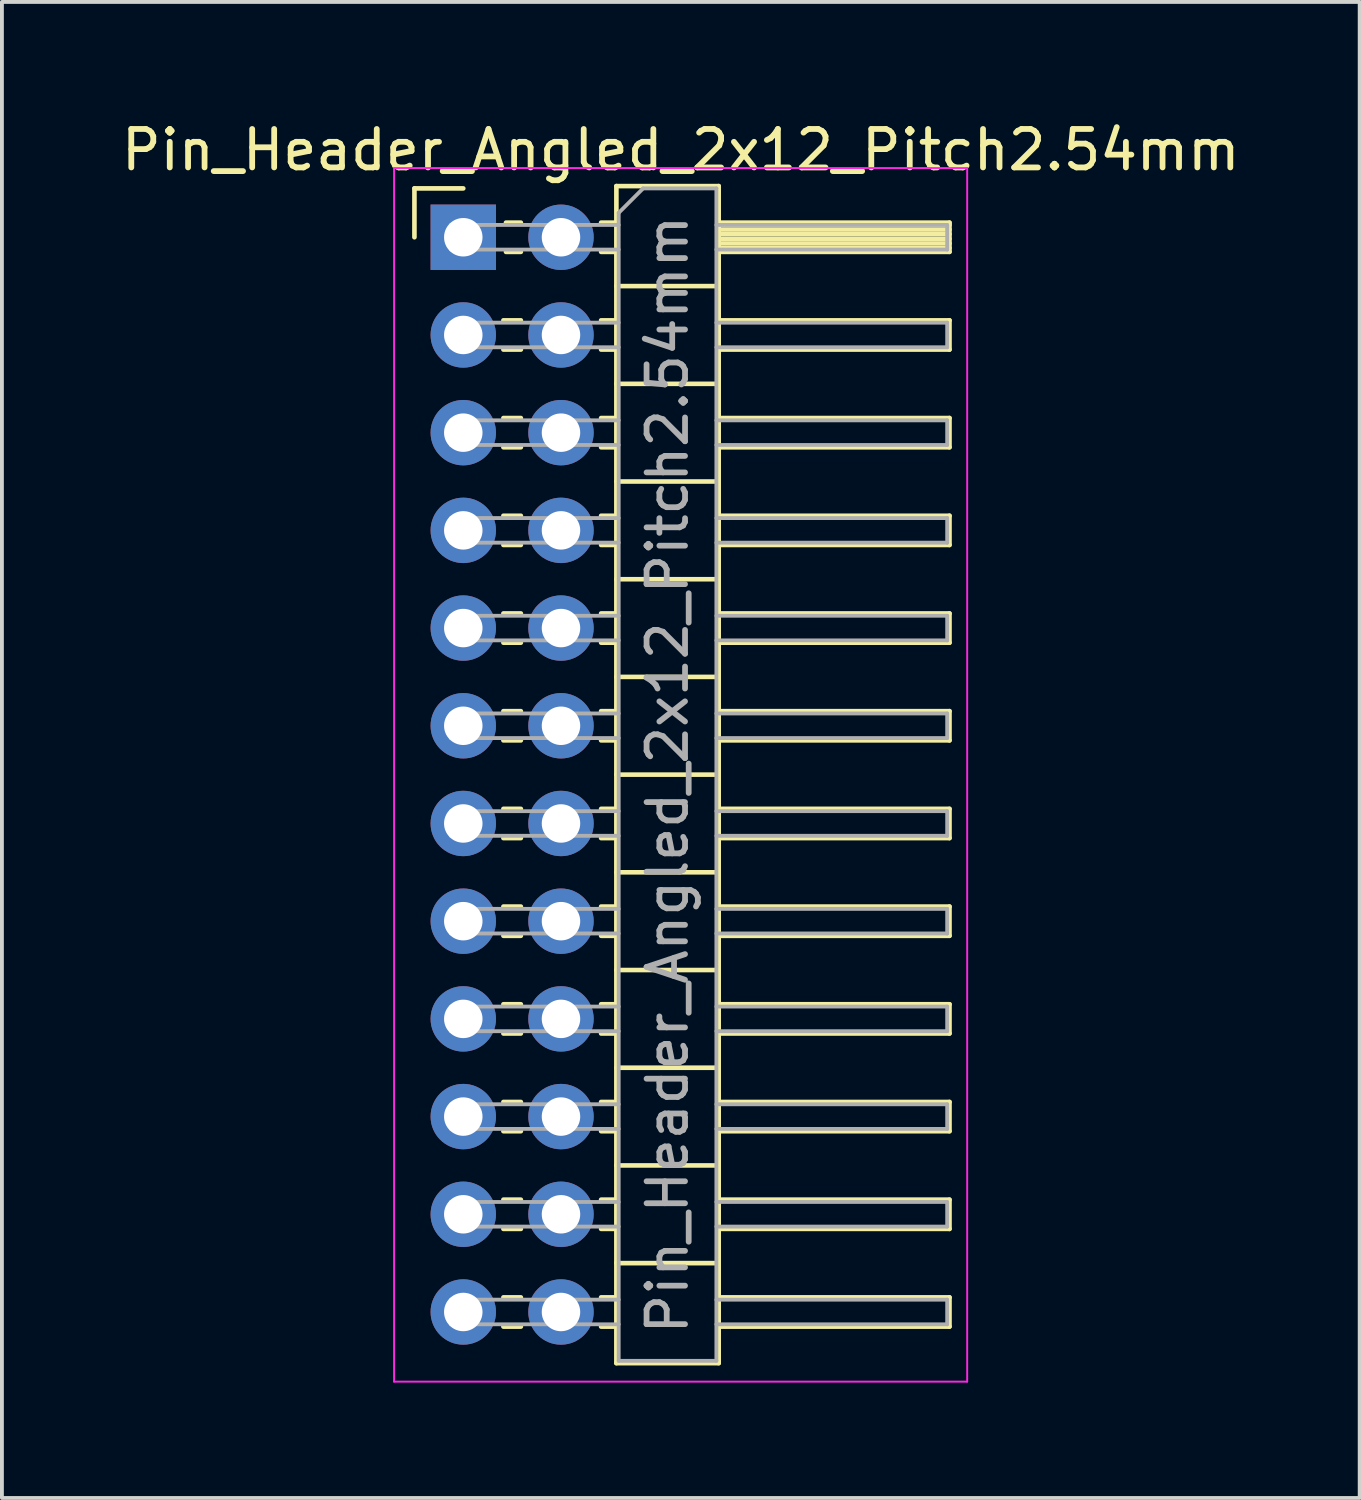
<source format=kicad_pcb>
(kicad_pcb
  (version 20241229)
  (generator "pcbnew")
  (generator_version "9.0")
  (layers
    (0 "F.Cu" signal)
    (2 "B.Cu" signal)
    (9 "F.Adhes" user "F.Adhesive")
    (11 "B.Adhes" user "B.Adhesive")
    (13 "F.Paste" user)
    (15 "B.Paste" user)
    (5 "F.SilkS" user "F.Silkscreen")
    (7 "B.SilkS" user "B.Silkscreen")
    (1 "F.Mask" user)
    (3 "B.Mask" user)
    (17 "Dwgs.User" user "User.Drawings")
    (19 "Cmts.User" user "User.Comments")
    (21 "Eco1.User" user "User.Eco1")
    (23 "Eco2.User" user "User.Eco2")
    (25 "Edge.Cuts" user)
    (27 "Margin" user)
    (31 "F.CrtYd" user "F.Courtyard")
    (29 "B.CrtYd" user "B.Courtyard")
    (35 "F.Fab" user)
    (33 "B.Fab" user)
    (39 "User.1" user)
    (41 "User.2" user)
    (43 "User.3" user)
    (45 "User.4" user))
  (footprint "Pin_Header_Angled_2x12_Pitch2.54mm"
    (layer "F.Cu")
    (at 8.994 3.118)
    (property "Reference" "Pin_Header_Angled_2x12_Pitch2.54mm" (at 5.655 -2.27 0) (layer "F.SilkS") (effects (font (size 1 1) (thickness 0.15))))
    (attr through_hole)
    (fp_line (start -1.27 -1.27) (end 0 -1.27) (stroke (width 0.12) (type solid)) (layer "F.SilkS"))
    (fp_line (start -1.27 0) (end -1.27 -1.27) (stroke (width 0.12) (type solid)) (layer "F.SilkS"))
    (fp_line (start 1.043 2.16) (end 1.497 2.16) (stroke (width 0.12) (type solid)) (layer "F.SilkS"))
    (fp_line (start 1.043 2.92) (end 1.497 2.92) (stroke (width 0.12) (type solid)) (layer "F.SilkS"))
    (fp_line (start 1.043 4.7) (end 1.497 4.7) (stroke (width 0.12) (type solid)) (layer "F.SilkS"))
    (fp_line (start 1.043 5.46) (end 1.497 5.46) (stroke (width 0.12) (type solid)) (layer "F.SilkS"))
    (fp_line (start 1.043 7.24) (end 1.497 7.24) (stroke (width 0.12) (type solid)) (layer "F.SilkS"))
    (fp_line (start 1.043 8) (end 1.497 8) (stroke (width 0.12) (type solid)) (layer "F.SilkS"))
    (fp_line (start 1.043 9.78) (end 1.497 9.78) (stroke (width 0.12) (type solid)) (layer "F.SilkS"))
    (fp_line (start 1.043 10.54) (end 1.497 10.54) (stroke (width 0.12) (type solid)) (layer "F.SilkS"))
    (fp_line (start 1.043 12.32) (end 1.497 12.32) (stroke (width 0.12) (type solid)) (layer "F.SilkS"))
    (fp_line (start 1.043 13.08) (end 1.497 13.08) (stroke (width 0.12) (type solid)) (layer "F.SilkS"))
    (fp_line (start 1.043 14.86) (end 1.497 14.86) (stroke (width 0.12) (type solid)) (layer "F.SilkS"))
    (fp_line (start 1.043 15.62) (end 1.497 15.62) (stroke (width 0.12) (type solid)) (layer "F.SilkS"))
    (fp_line (start 1.043 17.4) (end 1.497 17.4) (stroke (width 0.12) (type solid)) (layer "F.SilkS"))
    (fp_line (start 1.043 18.16) (end 1.497 18.16) (stroke (width 0.12) (type solid)) (layer "F.SilkS"))
    (fp_line (start 1.043 19.94) (end 1.497 19.94) (stroke (width 0.12) (type solid)) (layer "F.SilkS"))
    (fp_line (start 1.043 20.7) (end 1.497 20.7) (stroke (width 0.12) (type solid)) (layer "F.SilkS"))
    (fp_line (start 1.043 22.48) (end 1.497 22.48) (stroke (width 0.12) (type solid)) (layer "F.SilkS"))
    (fp_line (start 1.043 23.24) (end 1.497 23.24) (stroke (width 0.12) (type solid)) (layer "F.SilkS"))
    (fp_line (start 1.043 25.02) (end 1.497 25.02) (stroke (width 0.12) (type solid)) (layer "F.SilkS"))
    (fp_line (start 1.043 25.78) (end 1.497 25.78) (stroke (width 0.12) (type solid)) (layer "F.SilkS"))
    (fp_line (start 1.043 27.56) (end 1.497 27.56) (stroke (width 0.12) (type solid)) (layer "F.SilkS"))
    (fp_line (start 1.043 28.32) (end 1.497 28.32) (stroke (width 0.12) (type solid)) (layer "F.SilkS"))
    (fp_line (start 1.11 -0.38) (end 1.497 -0.38) (stroke (width 0.12) (type solid)) (layer "F.SilkS"))
    (fp_line (start 1.11 0.38) (end 1.497 0.38) (stroke (width 0.12) (type solid)) (layer "F.SilkS"))
    (fp_line (start 3.583 -0.38) (end 3.98 -0.38) (stroke (width 0.12) (type solid)) (layer "F.SilkS"))
    (fp_line (start 3.583 0.38) (end 3.98 0.38) (stroke (width 0.12) (type solid)) (layer "F.SilkS"))
    (fp_line (start 3.583 2.16) (end 3.98 2.16) (stroke (width 0.12) (type solid)) (layer "F.SilkS"))
    (fp_line (start 3.583 2.92) (end 3.98 2.92) (stroke (width 0.12) (type solid)) (layer "F.SilkS"))
    (fp_line (start 3.583 4.7) (end 3.98 4.7) (stroke (width 0.12) (type solid)) (layer "F.SilkS"))
    (fp_line (start 3.583 5.46) (end 3.98 5.46) (stroke (width 0.12) (type solid)) (layer "F.SilkS"))
    (fp_line (start 3.583 7.24) (end 3.98 7.24) (stroke (width 0.12) (type solid)) (layer "F.SilkS"))
    (fp_line (start 3.583 8) (end 3.98 8) (stroke (width 0.12) (type solid)) (layer "F.SilkS"))
    (fp_line (start 3.583 9.78) (end 3.98 9.78) (stroke (width 0.12) (type solid)) (layer "F.SilkS"))
    (fp_line (start 3.583 10.54) (end 3.98 10.54) (stroke (width 0.12) (type solid)) (layer "F.SilkS"))
    (fp_line (start 3.583 12.32) (end 3.98 12.32) (stroke (width 0.12) (type solid)) (layer "F.SilkS"))
    (fp_line (start 3.583 13.08) (end 3.98 13.08) (stroke (width 0.12) (type solid)) (layer "F.SilkS"))
    (fp_line (start 3.583 14.86) (end 3.98 14.86) (stroke (width 0.12) (type solid)) (layer "F.SilkS"))
    (fp_line (start 3.583 15.62) (end 3.98 15.62) (stroke (width 0.12) (type solid)) (layer "F.SilkS"))
    (fp_line (start 3.583 17.4) (end 3.98 17.4) (stroke (width 0.12) (type solid)) (layer "F.SilkS"))
    (fp_line (start 3.583 18.16) (end 3.98 18.16) (stroke (width 0.12) (type solid)) (layer "F.SilkS"))
    (fp_line (start 3.583 19.94) (end 3.98 19.94) (stroke (width 0.12) (type solid)) (layer "F.SilkS"))
    (fp_line (start 3.583 20.7) (end 3.98 20.7) (stroke (width 0.12) (type solid)) (layer "F.SilkS"))
    (fp_line (start 3.583 22.48) (end 3.98 22.48) (stroke (width 0.12) (type solid)) (layer "F.SilkS"))
    (fp_line (start 3.583 23.24) (end 3.98 23.24) (stroke (width 0.12) (type solid)) (layer "F.SilkS"))
    (fp_line (start 3.583 25.02) (end 3.98 25.02) (stroke (width 0.12) (type solid)) (layer "F.SilkS"))
    (fp_line (start 3.583 25.78) (end 3.98 25.78) (stroke (width 0.12) (type solid)) (layer "F.SilkS"))
    (fp_line (start 3.583 27.56) (end 3.98 27.56) (stroke (width 0.12) (type solid)) (layer "F.SilkS"))
    (fp_line (start 3.583 28.32) (end 3.98 28.32) (stroke (width 0.12) (type solid)) (layer "F.SilkS"))
    (fp_line (start 3.98 -1.33) (end 3.98 29.27) (stroke (width 0.12) (type solid)) (layer "F.SilkS"))
    (fp_line (start 3.98 1.27) (end 6.64 1.27) (stroke (width 0.12) (type solid)) (layer "F.SilkS"))
    (fp_line (start 3.98 3.81) (end 6.64 3.81) (stroke (width 0.12) (type solid)) (layer "F.SilkS"))
    (fp_line (start 3.98 6.35) (end 6.64 6.35) (stroke (width 0.12) (type solid)) (layer "F.SilkS"))
    (fp_line (start 3.98 8.89) (end 6.64 8.89) (stroke (width 0.12) (type solid)) (layer "F.SilkS"))
    (fp_line (start 3.98 11.43) (end 6.64 11.43) (stroke (width 0.12) (type solid)) (layer "F.SilkS"))
    (fp_line (start 3.98 13.97) (end 6.64 13.97) (stroke (width 0.12) (type solid)) (layer "F.SilkS"))
    (fp_line (start 3.98 16.51) (end 6.64 16.51) (stroke (width 0.12) (type solid)) (layer "F.SilkS"))
    (fp_line (start 3.98 19.05) (end 6.64 19.05) (stroke (width 0.12) (type solid)) (layer "F.SilkS"))
    (fp_line (start 3.98 21.59) (end 6.64 21.59) (stroke (width 0.12) (type solid)) (layer "F.SilkS"))
    (fp_line (start 3.98 24.13) (end 6.64 24.13) (stroke (width 0.12) (type solid)) (layer "F.SilkS"))
    (fp_line (start 3.98 26.67) (end 6.64 26.67) (stroke (width 0.12) (type solid)) (layer "F.SilkS"))
    (fp_line (start 3.98 29.27) (end 6.64 29.27) (stroke (width 0.12) (type solid)) (layer "F.SilkS"))
    (fp_line (start 6.64 -1.33) (end 3.98 -1.33) (stroke (width 0.12) (type solid)) (layer "F.SilkS"))
    (fp_line (start 6.64 -0.38) (end 12.64 -0.38) (stroke (width 0.12) (type solid)) (layer "F.SilkS"))
    (fp_line (start 6.64 -0.32) (end 12.64 -0.32) (stroke (width 0.12) (type solid)) (layer "F.SilkS"))
    (fp_line (start 6.64 -0.2) (end 12.64 -0.2) (stroke (width 0.12) (type solid)) (layer "F.SilkS"))
    (fp_line (start 6.64 -0.08) (end 12.64 -0.08) (stroke (width 0.12) (type solid)) (layer "F.SilkS"))
    (fp_line (start 6.64 0.04) (end 12.64 0.04) (stroke (width 0.12) (type solid)) (layer "F.SilkS"))
    (fp_line (start 6.64 0.16) (end 12.64 0.16) (stroke (width 0.12) (type solid)) (layer "F.SilkS"))
    (fp_line (start 6.64 0.28) (end 12.64 0.28) (stroke (width 0.12) (type solid)) (layer "F.SilkS"))
    (fp_line (start 6.64 2.16) (end 12.64 2.16) (stroke (width 0.12) (type solid)) (layer "F.SilkS"))
    (fp_line (start 6.64 4.7) (end 12.64 4.7) (stroke (width 0.12) (type solid)) (layer "F.SilkS"))
    (fp_line (start 6.64 7.24) (end 12.64 7.24) (stroke (width 0.12) (type solid)) (layer "F.SilkS"))
    (fp_line (start 6.64 9.78) (end 12.64 9.78) (stroke (width 0.12) (type solid)) (layer "F.SilkS"))
    (fp_line (start 6.64 12.32) (end 12.64 12.32) (stroke (width 0.12) (type solid)) (layer "F.SilkS"))
    (fp_line (start 6.64 14.86) (end 12.64 14.86) (stroke (width 0.12) (type solid)) (layer "F.SilkS"))
    (fp_line (start 6.64 17.4) (end 12.64 17.4) (stroke (width 0.12) (type solid)) (layer "F.SilkS"))
    (fp_line (start 6.64 19.94) (end 12.64 19.94) (stroke (width 0.12) (type solid)) (layer "F.SilkS"))
    (fp_line (start 6.64 22.48) (end 12.64 22.48) (stroke (width 0.12) (type solid)) (layer "F.SilkS"))
    (fp_line (start 6.64 25.02) (end 12.64 25.02) (stroke (width 0.12) (type solid)) (layer "F.SilkS"))
    (fp_line (start 6.64 27.56) (end 12.64 27.56) (stroke (width 0.12) (type solid)) (layer "F.SilkS"))
    (fp_line (start 6.64 29.27) (end 6.64 -1.33) (stroke (width 0.12) (type solid)) (layer "F.SilkS"))
    (fp_line (start 12.64 -0.38) (end 12.64 0.38) (stroke (width 0.12) (type solid)) (layer "F.SilkS"))
    (fp_line (start 12.64 0.38) (end 6.64 0.38) (stroke (width 0.12) (type solid)) (layer "F.SilkS"))
    (fp_line (start 12.64 2.16) (end 12.64 2.92) (stroke (width 0.12) (type solid)) (layer "F.SilkS"))
    (fp_line (start 12.64 2.92) (end 6.64 2.92) (stroke (width 0.12) (type solid)) (layer "F.SilkS"))
    (fp_line (start 12.64 4.7) (end 12.64 5.46) (stroke (width 0.12) (type solid)) (layer "F.SilkS"))
    (fp_line (start 12.64 5.46) (end 6.64 5.46) (stroke (width 0.12) (type solid)) (layer "F.SilkS"))
    (fp_line (start 12.64 7.24) (end 12.64 8) (stroke (width 0.12) (type solid)) (layer "F.SilkS"))
    (fp_line (start 12.64 8) (end 6.64 8) (stroke (width 0.12) (type solid)) (layer "F.SilkS"))
    (fp_line (start 12.64 9.78) (end 12.64 10.54) (stroke (width 0.12) (type solid)) (layer "F.SilkS"))
    (fp_line (start 12.64 10.54) (end 6.64 10.54) (stroke (width 0.12) (type solid)) (layer "F.SilkS"))
    (fp_line (start 12.64 12.32) (end 12.64 13.08) (stroke (width 0.12) (type solid)) (layer "F.SilkS"))
    (fp_line (start 12.64 13.08) (end 6.64 13.08) (stroke (width 0.12) (type solid)) (layer "F.SilkS"))
    (fp_line (start 12.64 14.86) (end 12.64 15.62) (stroke (width 0.12) (type solid)) (layer "F.SilkS"))
    (fp_line (start 12.64 15.62) (end 6.64 15.62) (stroke (width 0.12) (type solid)) (layer "F.SilkS"))
    (fp_line (start 12.64 17.4) (end 12.64 18.16) (stroke (width 0.12) (type solid)) (layer "F.SilkS"))
    (fp_line (start 12.64 18.16) (end 6.64 18.16) (stroke (width 0.12) (type solid)) (layer "F.SilkS"))
    (fp_line (start 12.64 19.94) (end 12.64 20.7) (stroke (width 0.12) (type solid)) (layer "F.SilkS"))
    (fp_line (start 12.64 20.7) (end 6.64 20.7) (stroke (width 0.12) (type solid)) (layer "F.SilkS"))
    (fp_line (start 12.64 22.48) (end 12.64 23.24) (stroke (width 0.12) (type solid)) (layer "F.SilkS"))
    (fp_line (start 12.64 23.24) (end 6.64 23.24) (stroke (width 0.12) (type solid)) (layer "F.SilkS"))
    (fp_line (start 12.64 25.02) (end 12.64 25.78) (stroke (width 0.12) (type solid)) (layer "F.SilkS"))
    (fp_line (start 12.64 25.78) (end 6.64 25.78) (stroke (width 0.12) (type solid)) (layer "F.SilkS"))
    (fp_line (start 12.64 27.56) (end 12.64 28.32) (stroke (width 0.12) (type solid)) (layer "F.SilkS"))
    (fp_line (start 12.64 28.32) (end 6.64 28.32) (stroke (width 0.12) (type solid)) (layer "F.SilkS"))
    (fp_line (start -1.8 -1.8) (end -1.8 29.75) (stroke (width 0.05) (type solid)) (layer "F.CrtYd"))
    (fp_line (start -1.8 29.75) (end 13.1 29.75) (stroke (width 0.05) (type solid)) (layer "F.CrtYd"))
    (fp_line (start 13.1 -1.8) (end -1.8 -1.8) (stroke (width 0.05) (type solid)) (layer "F.CrtYd"))
    (fp_line (start 13.1 29.75) (end 13.1 -1.8) (stroke (width 0.05) (type solid)) (layer "F.CrtYd"))
    (fp_line (start -0.32 -0.32) (end -0.32 0.32) (stroke (width 0.1) (type solid)) (layer "F.Fab"))
    (fp_line (start -0.32 -0.32) (end 4.04 -0.32) (stroke (width 0.1) (type solid)) (layer "F.Fab"))
    (fp_line (start -0.32 0.32) (end 4.04 0.32) (stroke (width 0.1) (type solid)) (layer "F.Fab"))
    (fp_line (start -0.32 2.22) (end -0.32 2.86) (stroke (width 0.1) (type solid)) (layer "F.Fab"))
    (fp_line (start -0.32 2.22) (end 4.04 2.22) (stroke (width 0.1) (type solid)) (layer "F.Fab"))
    (fp_line (start -0.32 2.86) (end 4.04 2.86) (stroke (width 0.1) (type solid)) (layer "F.Fab"))
    (fp_line (start -0.32 4.76) (end -0.32 5.4) (stroke (width 0.1) (type solid)) (layer "F.Fab"))
    (fp_line (start -0.32 4.76) (end 4.04 4.76) (stroke (width 0.1) (type solid)) (layer "F.Fab"))
    (fp_line (start -0.32 5.4) (end 4.04 5.4) (stroke (width 0.1) (type solid)) (layer "F.Fab"))
    (fp_line (start -0.32 7.3) (end -0.32 7.94) (stroke (width 0.1) (type solid)) (layer "F.Fab"))
    (fp_line (start -0.32 7.3) (end 4.04 7.3) (stroke (width 0.1) (type solid)) (layer "F.Fab"))
    (fp_line (start -0.32 7.94) (end 4.04 7.94) (stroke (width 0.1) (type solid)) (layer "F.Fab"))
    (fp_line (start -0.32 9.84) (end -0.32 10.48) (stroke (width 0.1) (type solid)) (layer "F.Fab"))
    (fp_line (start -0.32 9.84) (end 4.04 9.84) (stroke (width 0.1) (type solid)) (layer "F.Fab"))
    (fp_line (start -0.32 10.48) (end 4.04 10.48) (stroke (width 0.1) (type solid)) (layer "F.Fab"))
    (fp_line (start -0.32 12.38) (end -0.32 13.02) (stroke (width 0.1) (type solid)) (layer "F.Fab"))
    (fp_line (start -0.32 12.38) (end 4.04 12.38) (stroke (width 0.1) (type solid)) (layer "F.Fab"))
    (fp_line (start -0.32 13.02) (end 4.04 13.02) (stroke (width 0.1) (type solid)) (layer "F.Fab"))
    (fp_line (start -0.32 14.92) (end -0.32 15.56) (stroke (width 0.1) (type solid)) (layer "F.Fab"))
    (fp_line (start -0.32 14.92) (end 4.04 14.92) (stroke (width 0.1) (type solid)) (layer "F.Fab"))
    (fp_line (start -0.32 15.56) (end 4.04 15.56) (stroke (width 0.1) (type solid)) (layer "F.Fab"))
    (fp_line (start -0.32 17.46) (end -0.32 18.1) (stroke (width 0.1) (type solid)) (layer "F.Fab"))
    (fp_line (start -0.32 17.46) (end 4.04 17.46) (stroke (width 0.1) (type solid)) (layer "F.Fab"))
    (fp_line (start -0.32 18.1) (end 4.04 18.1) (stroke (width 0.1) (type solid)) (layer "F.Fab"))
    (fp_line (start -0.32 20) (end -0.32 20.64) (stroke (width 0.1) (type solid)) (layer "F.Fab"))
    (fp_line (start -0.32 20) (end 4.04 20) (stroke (width 0.1) (type solid)) (layer "F.Fab"))
    (fp_line (start -0.32 20.64) (end 4.04 20.64) (stroke (width 0.1) (type solid)) (layer "F.Fab"))
    (fp_line (start -0.32 22.54) (end -0.32 23.18) (stroke (width 0.1) (type solid)) (layer "F.Fab"))
    (fp_line (start -0.32 22.54) (end 4.04 22.54) (stroke (width 0.1) (type solid)) (layer "F.Fab"))
    (fp_line (start -0.32 23.18) (end 4.04 23.18) (stroke (width 0.1) (type solid)) (layer "F.Fab"))
    (fp_line (start -0.32 25.08) (end -0.32 25.72) (stroke (width 0.1) (type solid)) (layer "F.Fab"))
    (fp_line (start -0.32 25.08) (end 4.04 25.08) (stroke (width 0.1) (type solid)) (layer "F.Fab"))
    (fp_line (start -0.32 25.72) (end 4.04 25.72) (stroke (width 0.1) (type solid)) (layer "F.Fab"))
    (fp_line (start -0.32 27.62) (end -0.32 28.26) (stroke (width 0.1) (type solid)) (layer "F.Fab"))
    (fp_line (start -0.32 27.62) (end 4.04 27.62) (stroke (width 0.1) (type solid)) (layer "F.Fab"))
    (fp_line (start -0.32 28.26) (end 4.04 28.26) (stroke (width 0.1) (type solid)) (layer "F.Fab"))
    (fp_line (start 4.04 -0.635) (end 4.675 -1.27) (stroke (width 0.1) (type solid)) (layer "F.Fab"))
    (fp_line (start 4.04 29.21) (end 4.04 -0.635) (stroke (width 0.1) (type solid)) (layer "F.Fab"))
    (fp_line (start 4.675 -1.27) (end 6.58 -1.27) (stroke (width 0.1) (type solid)) (layer "F.Fab"))
    (fp_line (start 6.58 -1.27) (end 6.58 29.21) (stroke (width 0.1) (type solid)) (layer "F.Fab"))
    (fp_line (start 6.58 -0.32) (end 12.58 -0.32) (stroke (width 0.1) (type solid)) (layer "F.Fab"))
    (fp_line (start 6.58 0.32) (end 12.58 0.32) (stroke (width 0.1) (type solid)) (layer "F.Fab"))
    (fp_line (start 6.58 2.22) (end 12.58 2.22) (stroke (width 0.1) (type solid)) (layer "F.Fab"))
    (fp_line (start 6.58 2.86) (end 12.58 2.86) (stroke (width 0.1) (type solid)) (layer "F.Fab"))
    (fp_line (start 6.58 4.76) (end 12.58 4.76) (stroke (width 0.1) (type solid)) (layer "F.Fab"))
    (fp_line (start 6.58 5.4) (end 12.58 5.4) (stroke (width 0.1) (type solid)) (layer "F.Fab"))
    (fp_line (start 6.58 7.3) (end 12.58 7.3) (stroke (width 0.1) (type solid)) (layer "F.Fab"))
    (fp_line (start 6.58 7.94) (end 12.58 7.94) (stroke (width 0.1) (type solid)) (layer "F.Fab"))
    (fp_line (start 6.58 9.84) (end 12.58 9.84) (stroke (width 0.1) (type solid)) (layer "F.Fab"))
    (fp_line (start 6.58 10.48) (end 12.58 10.48) (stroke (width 0.1) (type solid)) (layer "F.Fab"))
    (fp_line (start 6.58 12.38) (end 12.58 12.38) (stroke (width 0.1) (type solid)) (layer "F.Fab"))
    (fp_line (start 6.58 13.02) (end 12.58 13.02) (stroke (width 0.1) (type solid)) (layer "F.Fab"))
    (fp_line (start 6.58 14.92) (end 12.58 14.92) (stroke (width 0.1) (type solid)) (layer "F.Fab"))
    (fp_line (start 6.58 15.56) (end 12.58 15.56) (stroke (width 0.1) (type solid)) (layer "F.Fab"))
    (fp_line (start 6.58 17.46) (end 12.58 17.46) (stroke (width 0.1) (type solid)) (layer "F.Fab"))
    (fp_line (start 6.58 18.1) (end 12.58 18.1) (stroke (width 0.1) (type solid)) (layer "F.Fab"))
    (fp_line (start 6.58 20) (end 12.58 20) (stroke (width 0.1) (type solid)) (layer "F.Fab"))
    (fp_line (start 6.58 20.64) (end 12.58 20.64) (stroke (width 0.1) (type solid)) (layer "F.Fab"))
    (fp_line (start 6.58 22.54) (end 12.58 22.54) (stroke (width 0.1) (type solid)) (layer "F.Fab"))
    (fp_line (start 6.58 23.18) (end 12.58 23.18) (stroke (width 0.1) (type solid)) (layer "F.Fab"))
    (fp_line (start 6.58 25.08) (end 12.58 25.08) (stroke (width 0.1) (type solid)) (layer "F.Fab"))
    (fp_line (start 6.58 25.72) (end 12.58 25.72) (stroke (width 0.1) (type solid)) (layer "F.Fab"))
    (fp_line (start 6.58 27.62) (end 12.58 27.62) (stroke (width 0.1) (type solid)) (layer "F.Fab"))
    (fp_line (start 6.58 28.26) (end 12.58 28.26) (stroke (width 0.1) (type solid)) (layer "F.Fab"))
    (fp_line (start 6.58 29.21) (end 4.04 29.21) (stroke (width 0.1) (type solid)) (layer "F.Fab"))
    (fp_line (start 12.58 -0.32) (end 12.58 0.32) (stroke (width 0.1) (type solid)) (layer "F.Fab"))
    (fp_line (start 12.58 2.22) (end 12.58 2.86) (stroke (width 0.1) (type solid)) (layer "F.Fab"))
    (fp_line (start 12.58 4.76) (end 12.58 5.4) (stroke (width 0.1) (type solid)) (layer "F.Fab"))
    (fp_line (start 12.58 7.3) (end 12.58 7.94) (stroke (width 0.1) (type solid)) (layer "F.Fab"))
    (fp_line (start 12.58 9.84) (end 12.58 10.48) (stroke (width 0.1) (type solid)) (layer "F.Fab"))
    (fp_line (start 12.58 12.38) (end 12.58 13.02) (stroke (width 0.1) (type solid)) (layer "F.Fab"))
    (fp_line (start 12.58 14.92) (end 12.58 15.56) (stroke (width 0.1) (type solid)) (layer "F.Fab"))
    (fp_line (start 12.58 17.46) (end 12.58 18.1) (stroke (width 0.1) (type solid)) (layer "F.Fab"))
    (fp_line (start 12.58 20) (end 12.58 20.64) (stroke (width 0.1) (type solid)) (layer "F.Fab"))
    (fp_line (start 12.58 22.54) (end 12.58 23.18) (stroke (width 0.1) (type solid)) (layer "F.Fab"))
    (fp_line (start 12.58 25.08) (end 12.58 25.72) (stroke (width 0.1) (type solid)) (layer "F.Fab"))
    (fp_line (start 12.58 27.62) (end 12.58 28.26) (stroke (width 0.1) (type solid)) (layer "F.Fab"))
    (fp_text user "${REFERENCE}" (at 5.31 13.97 90) (layer "F.Fab") (effects (font (size 1 1) (thickness 0.15))))
    (pad "1" thru_hole rect (at 0 0) (size 1.7 1.7) (drill 1) (layers "*.Cu" "*.Mask"))
    (pad "2" thru_hole oval (at 2.54 0) (size 1.7 1.7) (drill 1) (layers "*.Cu" "*.Mask"))
    (pad "3" thru_hole oval (at 0 2.54) (size 1.7 1.7) (drill 1) (layers "*.Cu" "*.Mask"))
    (pad "4" thru_hole oval (at 2.54 2.54) (size 1.7 1.7) (drill 1) (layers "*.Cu" "*.Mask"))
    (pad "5" thru_hole oval (at 0 5.08) (size 1.7 1.7) (drill 1) (layers "*.Cu" "*.Mask"))
    (pad "6" thru_hole oval (at 2.54 5.08) (size 1.7 1.7) (drill 1) (layers "*.Cu" "*.Mask"))
    (pad "7" thru_hole oval (at 0 7.62) (size 1.7 1.7) (drill 1) (layers "*.Cu" "*.Mask"))
    (pad "8" thru_hole oval (at 2.54 7.62) (size 1.7 1.7) (drill 1) (layers "*.Cu" "*.Mask"))
    (pad "9" thru_hole oval (at 0 10.16) (size 1.7 1.7) (drill 1) (layers "*.Cu" "*.Mask"))
    (pad "10" thru_hole oval (at 2.54 10.16) (size 1.7 1.7) (drill 1) (layers "*.Cu" "*.Mask"))
    (pad "11" thru_hole oval (at 0 12.7) (size 1.7 1.7) (drill 1) (layers "*.Cu" "*.Mask"))
    (pad "12" thru_hole oval (at 2.54 12.7) (size 1.7 1.7) (drill 1) (layers "*.Cu" "*.Mask"))
    (pad "13" thru_hole oval (at 0 15.24) (size 1.7 1.7) (drill 1) (layers "*.Cu" "*.Mask"))
    (pad "14" thru_hole oval (at 2.54 15.24) (size 1.7 1.7) (drill 1) (layers "*.Cu" "*.Mask"))
    (pad "15" thru_hole oval (at 0 17.78) (size 1.7 1.7) (drill 1) (layers "*.Cu" "*.Mask"))
    (pad "16" thru_hole oval (at 2.54 17.78) (size 1.7 1.7) (drill 1) (layers "*.Cu" "*.Mask"))
    (pad "17" thru_hole oval (at 0 20.32) (size 1.7 1.7) (drill 1) (layers "*.Cu" "*.Mask"))
    (pad "18" thru_hole oval (at 2.54 20.32) (size 1.7 1.7) (drill 1) (layers "*.Cu" "*.Mask"))
    (pad "19" thru_hole oval (at 0 22.86) (size 1.7 1.7) (drill 1) (layers "*.Cu" "*.Mask"))
    (pad "20" thru_hole oval (at 2.54 22.86) (size 1.7 1.7) (drill 1) (layers "*.Cu" "*.Mask"))
    (pad "21" thru_hole oval (at 0 25.4) (size 1.7 1.7) (drill 1) (layers "*.Cu" "*.Mask"))
    (pad "22" thru_hole oval (at 2.54 25.4) (size 1.7 1.7) (drill 1) (layers "*.Cu" "*.Mask"))
    (pad "23" thru_hole oval (at 0 27.94) (size 1.7 1.7) (drill 1) (layers "*.Cu" "*.Mask"))
    (pad "24" thru_hole oval (at 2.54 27.94) (size 1.7 1.7) (drill 1) (layers "*.Cu" "*.Mask")))
  (gr_rect
    (start -3 -3)
    (end 32.298 35.893)
    (stroke (width 0.1) (type default))
    (fill no)
    (layer "Edge.Cuts")))
</source>
